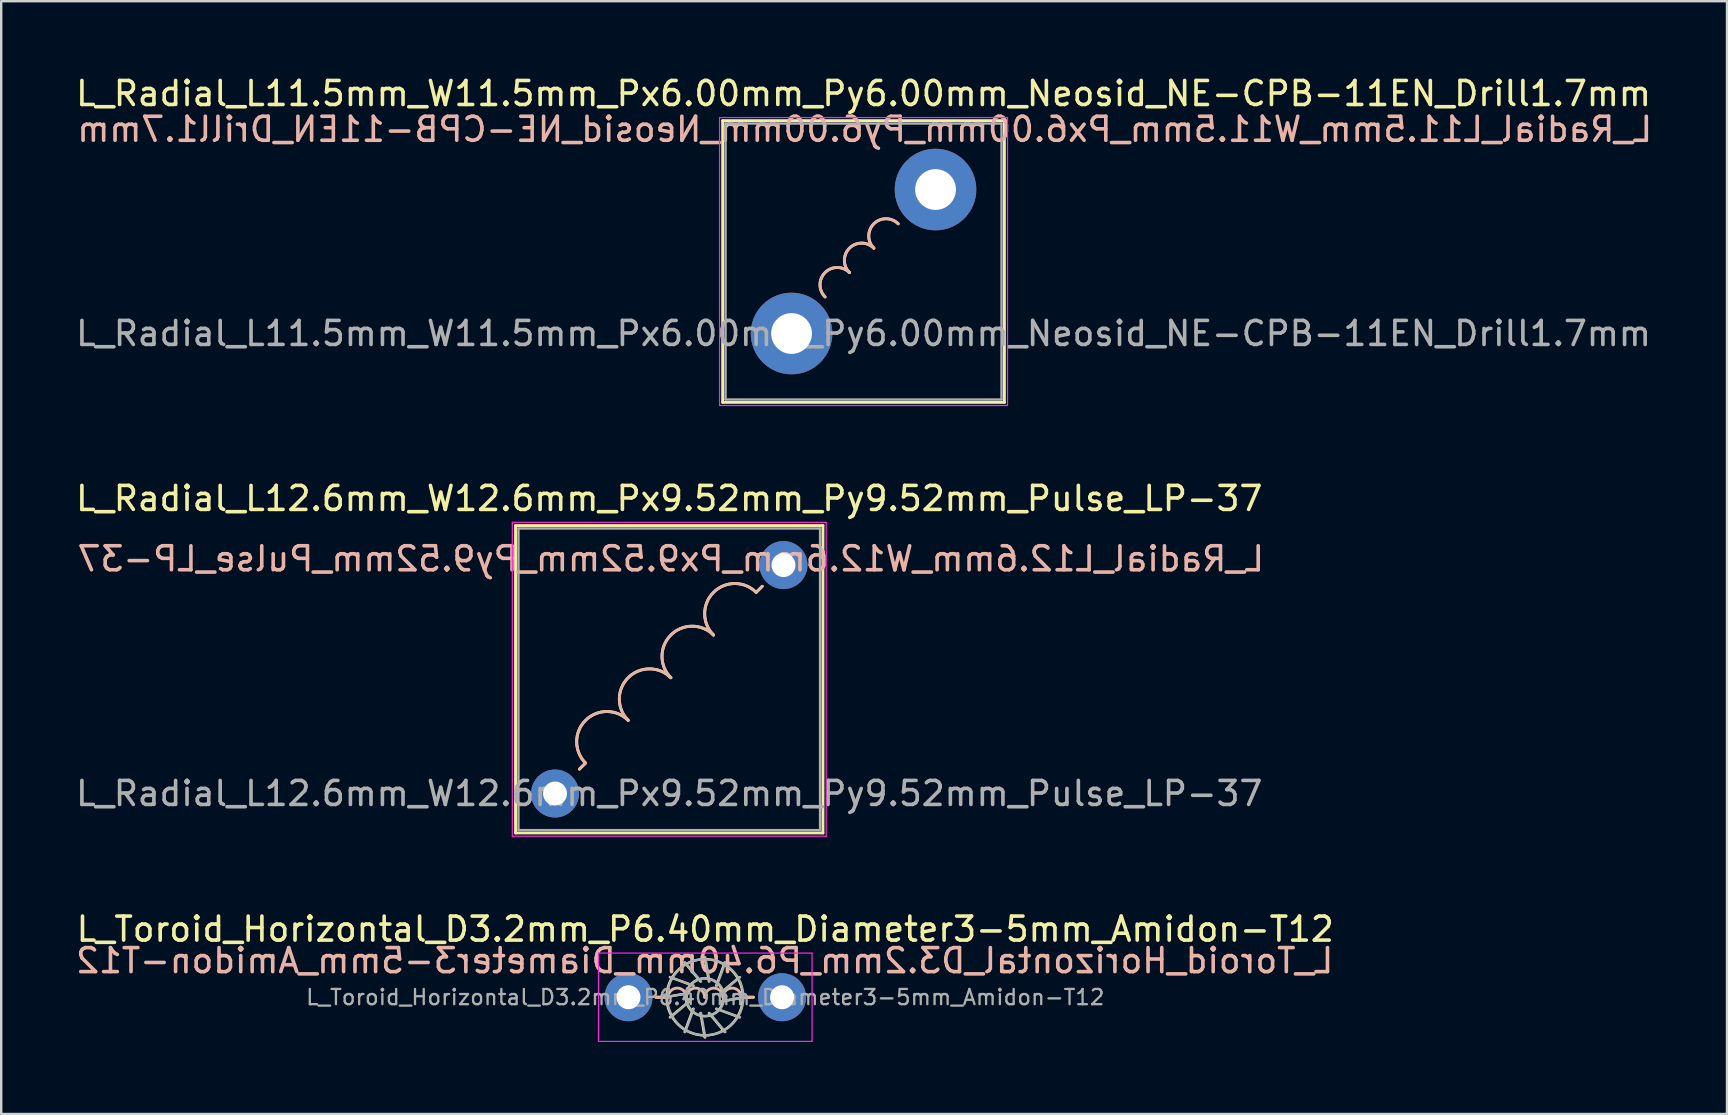
<source format=kicad_pcb>
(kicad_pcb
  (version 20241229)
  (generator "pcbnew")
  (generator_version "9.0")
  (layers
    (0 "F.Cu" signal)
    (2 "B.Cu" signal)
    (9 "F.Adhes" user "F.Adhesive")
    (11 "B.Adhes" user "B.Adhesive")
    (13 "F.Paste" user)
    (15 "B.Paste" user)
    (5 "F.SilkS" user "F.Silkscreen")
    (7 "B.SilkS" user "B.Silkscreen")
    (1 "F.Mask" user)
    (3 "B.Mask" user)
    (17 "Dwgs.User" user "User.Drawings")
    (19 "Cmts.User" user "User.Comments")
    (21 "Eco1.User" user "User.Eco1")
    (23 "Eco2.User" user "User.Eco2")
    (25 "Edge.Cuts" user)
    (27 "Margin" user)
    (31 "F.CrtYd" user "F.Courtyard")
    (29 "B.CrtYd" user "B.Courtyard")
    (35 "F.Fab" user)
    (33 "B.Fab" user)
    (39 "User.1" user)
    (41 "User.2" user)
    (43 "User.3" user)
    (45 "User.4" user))
  (footprint "L_Radial_L12.6mm_W12.6mm_Px9.52mm_Py9.52mm_Pulse_LP-37"
    (layer "F.Cu")
    (at 20.079 30.017)
    (property "Reference" "L_Radial_L12.6mm_W12.6mm_Px9.52mm_Py9.52mm_Pulse_LP-37" (at 4.76 -12.295 0) (layer "F.SilkS") (effects (font (size 1 1) (thickness 0.15))))
    (fp_line (start -1.645 -11.165) (end -1.645 1.645) (stroke (width 0.12) (type solid)) (layer "F.SilkS"))
    (fp_line (start -1.645 -11.165) (end 11.165 -11.165) (stroke (width 0.12) (type solid)) (layer "F.SilkS"))
    (fp_line (start -1.645 1.645) (end 11.165 1.645) (stroke (width 0.12) (type solid)) (layer "F.SilkS"))
    (fp_line (start 1.27 -1.27) (end 1.016 -1.016) (stroke (width 0.12) (type solid)) (layer "F.SilkS"))
    (fp_line (start 8.636 -8.636) (end 8.382 -8.382) (stroke (width 0.12) (type solid)) (layer "F.SilkS"))
    (fp_line (start 11.165 -11.165) (end 11.165 1.645) (stroke (width 0.12) (type solid)) (layer "F.SilkS"))
    (fp_arc (start 1.27 -1.27) (mid 1.27 -3.048) (end 3.048 -3.048) (stroke (width 0.12) (type solid)) (layer "F.SilkS"))
    (fp_arc (start 3.048 -3.048) (mid 3.048 -4.826) (end 4.826 -4.826) (stroke (width 0.12) (type solid)) (layer "F.SilkS"))
    (fp_arc (start 4.826 -4.826) (mid 4.826 -6.604) (end 6.604 -6.604) (stroke (width 0.12) (type solid)) (layer "F.SilkS"))
    (fp_arc (start 6.604 -6.604) (mid 6.604 -8.382) (end 8.382 -8.382) (stroke (width 0.12) (type solid)) (layer "F.SilkS"))
    (fp_line (start 1.27 -1.27) (end 1.016 -1.016) (stroke (width 0.12) (type solid)) (layer "B.SilkS"))
    (fp_line (start 8.636 -8.636) (end 8.382 -8.382) (stroke (width 0.12) (type solid)) (layer "B.SilkS"))
    (fp_arc (start 1.269998 -1.269998) (mid 1.269998 -3.048) (end 3.048 -3.048) (stroke (width 0.12) (type solid)) (layer "B.SilkS"))
    (fp_arc (start 3.047998 -3.047998) (mid 3.047998 -4.826) (end 4.826 -4.826) (stroke (width 0.12) (type solid)) (layer "B.SilkS"))
    (fp_arc (start 4.825998 -4.825998) (mid 4.825998 -6.604) (end 6.604 -6.604) (stroke (width 0.12) (type solid)) (layer "B.SilkS"))
    (fp_arc (start 6.604 -6.604) (mid 6.604 -8.381998) (end 8.381998 -8.381998) (stroke (width 0.12) (type solid)) (layer "B.SilkS"))
    (fp_line (start -1.78 -11.3) (end -1.78 1.78) (stroke (width 0.05) (type solid)) (layer "F.CrtYd"))
    (fp_line (start -1.78 1.78) (end 11.3 1.78) (stroke (width 0.05) (type solid)) (layer "F.CrtYd"))
    (fp_line (start 11.3 -11.3) (end -1.78 -11.3) (stroke (width 0.05) (type solid)) (layer "F.CrtYd"))
    (fp_line (start 11.3 1.78) (end 11.3 -11.3) (stroke (width 0.05) (type solid)) (layer "F.CrtYd"))
    (fp_line (start -1.525 -11.045) (end -1.525 1.525) (stroke (width 0.1) (type solid)) (layer "F.Fab"))
    (fp_line (start -1.525 1.525) (end 11.045 1.525) (stroke (width 0.1) (type solid)) (layer "F.Fab"))
    (fp_line (start 11.045 -11.045) (end -1.525 -11.045) (stroke (width 0.1) (type solid)) (layer "F.Fab"))
    (fp_line (start 11.045 1.525) (end 11.045 -11.045) (stroke (width 0.1) (type solid)) (layer "F.Fab"))
    (fp_text user "${REFERENCE}" (at 4.826 -9.779 0) (layer "B.SilkS") (effects (font (size 1 1) (thickness 0.15)) (justify mirror)))
    (fp_text user "${REFERENCE}" (at 4.76 0 0) (layer "F.Fab") (effects (font (size 1 1) (thickness 0.15))))
    (pad "1" thru_hole circle (at 0 0) (size 2 2) (drill 1) (layers "*.Cu" "*.Mask"))
    (pad "2" thru_hole circle (at 9.52 -9.52) (size 2 2) (drill 1) (layers "*.Cu" "*.Mask")))
  (footprint "L_Toroid_Horizontal_D3.2mm_P6.40mm_Diameter3-5mm_Amidon-T12"
    (layer "F.Cu")
    (at 23.14 38.507)
    (property "Reference" "L_Toroid_Horizontal_D3.2mm_P6.40mm_Diameter3-5mm_Amidon-T12" (at 3.2 -2.837 0) (layer "F.SilkS") (effects (font (size 1 1) (thickness 0.15))))
    (fp_line (start 1.143 0) (end 1.502 0.000155) (stroke (width 0.12) (type solid)) (layer "F.SilkS"))
    (fp_line (start 1.502 0.000155) (end 2.517 -0.176) (stroke (width 0.1) (type solid)) (layer "F.SilkS"))
    (fp_line (start 1.726 -0.837) (end 2.694 -0.481) (stroke (width 0.1) (type solid)) (layer "F.SilkS"))
    (fp_line (start 1.726 0.837) (end 2.517 0.176) (stroke (width 0.1) (type solid)) (layer "F.SilkS"))
    (fp_line (start 2.338 -1.449) (end 2.999 -0.658) (stroke (width 0.1) (type solid)) (layer "F.SilkS"))
    (fp_line (start 2.338 1.449) (end 2.694 0.481) (stroke (width 0.1) (type solid)) (layer "F.SilkS"))
    (fp_line (start 3.175 -1.673) (end 3.351 -0.658) (stroke (width 0.1) (type solid)) (layer "F.SilkS"))
    (fp_line (start 3.175 1.673) (end 2.999 0.658) (stroke (width 0.1) (type solid)) (layer "F.SilkS"))
    (fp_line (start 4.011 -1.449) (end 3.656 -0.481) (stroke (width 0.1) (type solid)) (layer "F.SilkS"))
    (fp_line (start 4.012 1.449) (end 3.351 0.658) (stroke (width 0.1) (type solid)) (layer "F.SilkS"))
    (fp_line (start 4.624 -0.837) (end 3.833 -0.176) (stroke (width 0.1) (type solid)) (layer "F.SilkS"))
    (fp_line (start 4.624 0.837) (end 3.656 0.481) (stroke (width 0.1) (type solid)) (layer "F.SilkS"))
    (fp_line (start 4.848 -0.00031) (end 3.833 0.176) (stroke (width 0.1) (type solid)) (layer "F.SilkS"))
    (fp_line (start 4.848 -0.00031) (end 5.207 0) (stroke (width 0.12) (type solid)) (layer "F.SilkS"))
    (fp_circle (center 3.175 0) (end 3.962 0) (stroke (width 0.1) (type solid)) (fill no) (layer "F.SilkS"))
    (fp_circle (center 3.175 0) (end 4.763 0) (stroke (width 0.1) (type solid)) (fill no) (layer "F.SilkS"))
    (fp_line (start 1.143 0) (end 1.651 0) (stroke (width 0.12) (type solid)) (layer "B.SilkS"))
    (fp_line (start 4.953 0) (end 4.699 0) (stroke (width 0.12) (type solid)) (layer "B.SilkS"))
    (fp_line (start 5.207 0) (end 4.953 0) (stroke (width 0.12) (type solid)) (layer "B.SilkS"))
    (fp_arc (start 1.651 0) (mid 2.032 -0.381) (end 2.413 0) (stroke (width 0.12) (type solid)) (layer "B.SilkS"))
    (fp_arc (start 2.413 0) (mid 2.794 -0.381) (end 3.175 0) (stroke (width 0.12) (type solid)) (layer "B.SilkS"))
    (fp_arc (start 3.175 0) (mid 3.556 -0.381) (end 3.937 0) (stroke (width 0.12) (type solid)) (layer "B.SilkS"))
    (fp_arc (start 3.937 0) (mid 4.318 -0.381) (end 4.699 0) (stroke (width 0.12) (type solid)) (layer "B.SilkS"))
    (fp_line (start -1.25 -1.84) (end -1.25 1.84) (stroke (width 0.05) (type solid)) (layer "F.CrtYd"))
    (fp_line (start -1.25 1.84) (end 7.65 1.84) (stroke (width 0.05) (type solid)) (layer "F.CrtYd"))
    (fp_line (start 7.65 -1.84) (end -1.25 -1.84) (stroke (width 0.05) (type solid)) (layer "F.CrtYd"))
    (fp_line (start 7.65 1.84) (end 7.65 -1.84) (stroke (width 0.05) (type solid)) (layer "F.CrtYd"))
    (fp_line (start 1.527 0.000155) (end 2.542 -0.176) (stroke (width 0.1) (type solid)) (layer "F.Fab"))
    (fp_line (start 1.751 -0.837) (end 2.719 -0.481) (stroke (width 0.1) (type solid)) (layer "F.Fab"))
    (fp_line (start 1.751 0.837) (end 2.542 0.176) (stroke (width 0.1) (type solid)) (layer "F.Fab"))
    (fp_line (start 2.363 -1.449) (end 3.024 -0.658) (stroke (width 0.1) (type solid)) (layer "F.Fab"))
    (fp_line (start 2.363 1.449) (end 2.719 0.481) (stroke (width 0.1) (type solid)) (layer "F.Fab"))
    (fp_line (start 3.2 -1.673) (end 3.376 -0.658) (stroke (width 0.1) (type solid)) (layer "F.Fab"))
    (fp_line (start 3.2 1.673) (end 3.024 0.658) (stroke (width 0.1) (type solid)) (layer "F.Fab"))
    (fp_line (start 4.036 -1.449) (end 3.681 -0.481) (stroke (width 0.1) (type solid)) (layer "F.Fab"))
    (fp_line (start 4.037 1.449) (end 3.376 0.658) (stroke (width 0.1) (type solid)) (layer "F.Fab"))
    (fp_line (start 4.649 -0.837) (end 3.858 -0.176) (stroke (width 0.1) (type solid)) (layer "F.Fab"))
    (fp_line (start 4.649 0.837) (end 3.681 0.481) (stroke (width 0.1) (type solid)) (layer "F.Fab"))
    (fp_line (start 4.873 -0.00031) (end 3.858 0.176) (stroke (width 0.1) (type solid)) (layer "F.Fab"))
    (fp_line (start 4.873 0) (end 3.858 0.176) (stroke (width 0.1) (type solid)) (layer "F.Fab"))
    (fp_circle (center 3.2 0) (end 3.987 0) (stroke (width 0.1) (type solid)) (fill no) (layer "F.Fab"))
    (fp_circle (center 3.2 0) (end 4.787 0) (stroke (width 0.1) (type solid)) (fill no) (layer "F.Fab"))
    (fp_text user "${REFERENCE}" (at 3.175 -1.524 0) (layer "B.SilkS") (effects (font (size 1 1) (thickness 0.15)) (justify mirror)))
    (fp_text user "${REFERENCE}" (at 3.2 0 0) (layer "F.Fab") (effects (font (size 0.635 0.635) (thickness 0.095))))
    (pad "1" thru_hole circle (at 0 0) (size 2 2) (drill 1) (layers "*.Cu" "*.Mask"))
    (pad "2" thru_hole circle (at 6.4 0) (size 2 2) (drill 1) (layers "*.Cu" "*.Mask")))
  (footprint "L_Radial_L11.5mm_W11.5mm_Px6.00mm_Py6.00mm_Neosid_NE-CPB-11EN_Drill1.7mm"
    (layer "F.Cu")
    (at 29.935 10.848)
    (property "Reference" "L_Radial_L11.5mm_W11.5mm_Px6.00mm_Py6.00mm_Neosid_NE-CPB-11EN_Drill1.7mm" (at 3 -10 0) (layer "F.SilkS") (effects (font (size 1 1) (thickness 0.15))))
    (fp_line (start -2.87 -8.87) (end -2.87 2.87) (stroke (width 0.12) (type solid)) (layer "F.SilkS"))
    (fp_line (start -2.87 -8.87) (end 8.87 -8.87) (stroke (width 0.12) (type solid)) (layer "F.SilkS"))
    (fp_line (start -2.87 2.87) (end 8.87 2.87) (stroke (width 0.12) (type solid)) (layer "F.SilkS"))
    (fp_line (start 8.87 -8.87) (end 8.87 2.87) (stroke (width 0.12) (type solid)) (layer "F.SilkS"))
    (fp_arc (start 1.396996 -1.523996) (mid 1.396996 -2.539998) (end 2.412998 -2.539998) (stroke (width 0.12) (type solid)) (layer "F.SilkS"))
    (fp_arc (start 2.412998 -2.539998) (mid 2.412998 -3.556) (end 3.429 -3.556) (stroke (width 0.12) (type solid)) (layer "F.SilkS"))
    (fp_arc (start 3.429 -3.556) (mid 3.429 -4.571998) (end 4.444998 -4.571998) (stroke (width 0.12) (type solid)) (layer "F.SilkS"))
    (fp_arc (start 1.396994 -1.523994) (mid 1.396994 -2.539998) (end 2.412998 -2.539998) (stroke (width 0.12) (type solid)) (layer "B.SilkS"))
    (fp_arc (start 2.412996 -2.539996) (mid 2.412996 -3.556) (end 3.429 -3.556) (stroke (width 0.12) (type solid)) (layer "B.SilkS"))
    (fp_arc (start 3.429 -3.556) (mid 3.429 -4.571998) (end 4.444998 -4.571998) (stroke (width 0.12) (type solid)) (layer "B.SilkS"))
    (fp_line (start -3 -9) (end -3 3) (stroke (width 0.05) (type solid)) (layer "F.CrtYd"))
    (fp_line (start -3 3) (end 9 3) (stroke (width 0.05) (type solid)) (layer "F.CrtYd"))
    (fp_line (start 9 -9) (end -3 -9) (stroke (width 0.05) (type solid)) (layer "F.CrtYd"))
    (fp_line (start 9 3) (end 9 -9) (stroke (width 0.05) (type solid)) (layer "F.CrtYd"))
    (fp_line (start -2.75 -8.75) (end -2.75 2.75) (stroke (width 0.1) (type solid)) (layer "F.Fab"))
    (fp_line (start -2.75 2.75) (end 8.75 2.75) (stroke (width 0.1) (type solid)) (layer "F.Fab"))
    (fp_line (start 8.75 -8.75) (end -2.75 -8.75) (stroke (width 0.1) (type solid)) (layer "F.Fab"))
    (fp_line (start 8.75 2.75) (end 8.75 -8.75) (stroke (width 0.1) (type solid)) (layer "F.Fab"))
    (fp_text user "${REFERENCE}" (at 3.048 -8.509 0) (layer "B.SilkS") (effects (font (size 1 1) (thickness 0.15)) (justify mirror)))
    (fp_text user "${REFERENCE}" (at 3 0 0) (layer "F.Fab") (effects (font (size 1 1) (thickness 0.15))))
    (pad "1" thru_hole circle (at 0 0) (size 3.4 3.4) (drill 1.7) (layers "*.Cu" "*.Mask"))
    (pad "2" thru_hole circle (at 6 -6) (size 3.4 3.4) (drill 1.7) (layers "*.Cu" "*.Mask")))
  (gr_rect
    (start -3 -3)
    (end 68.917 43.372)
    (stroke (width 0.1) (type default))
    (fill no)
    (layer "Edge.Cuts")))
</source>
